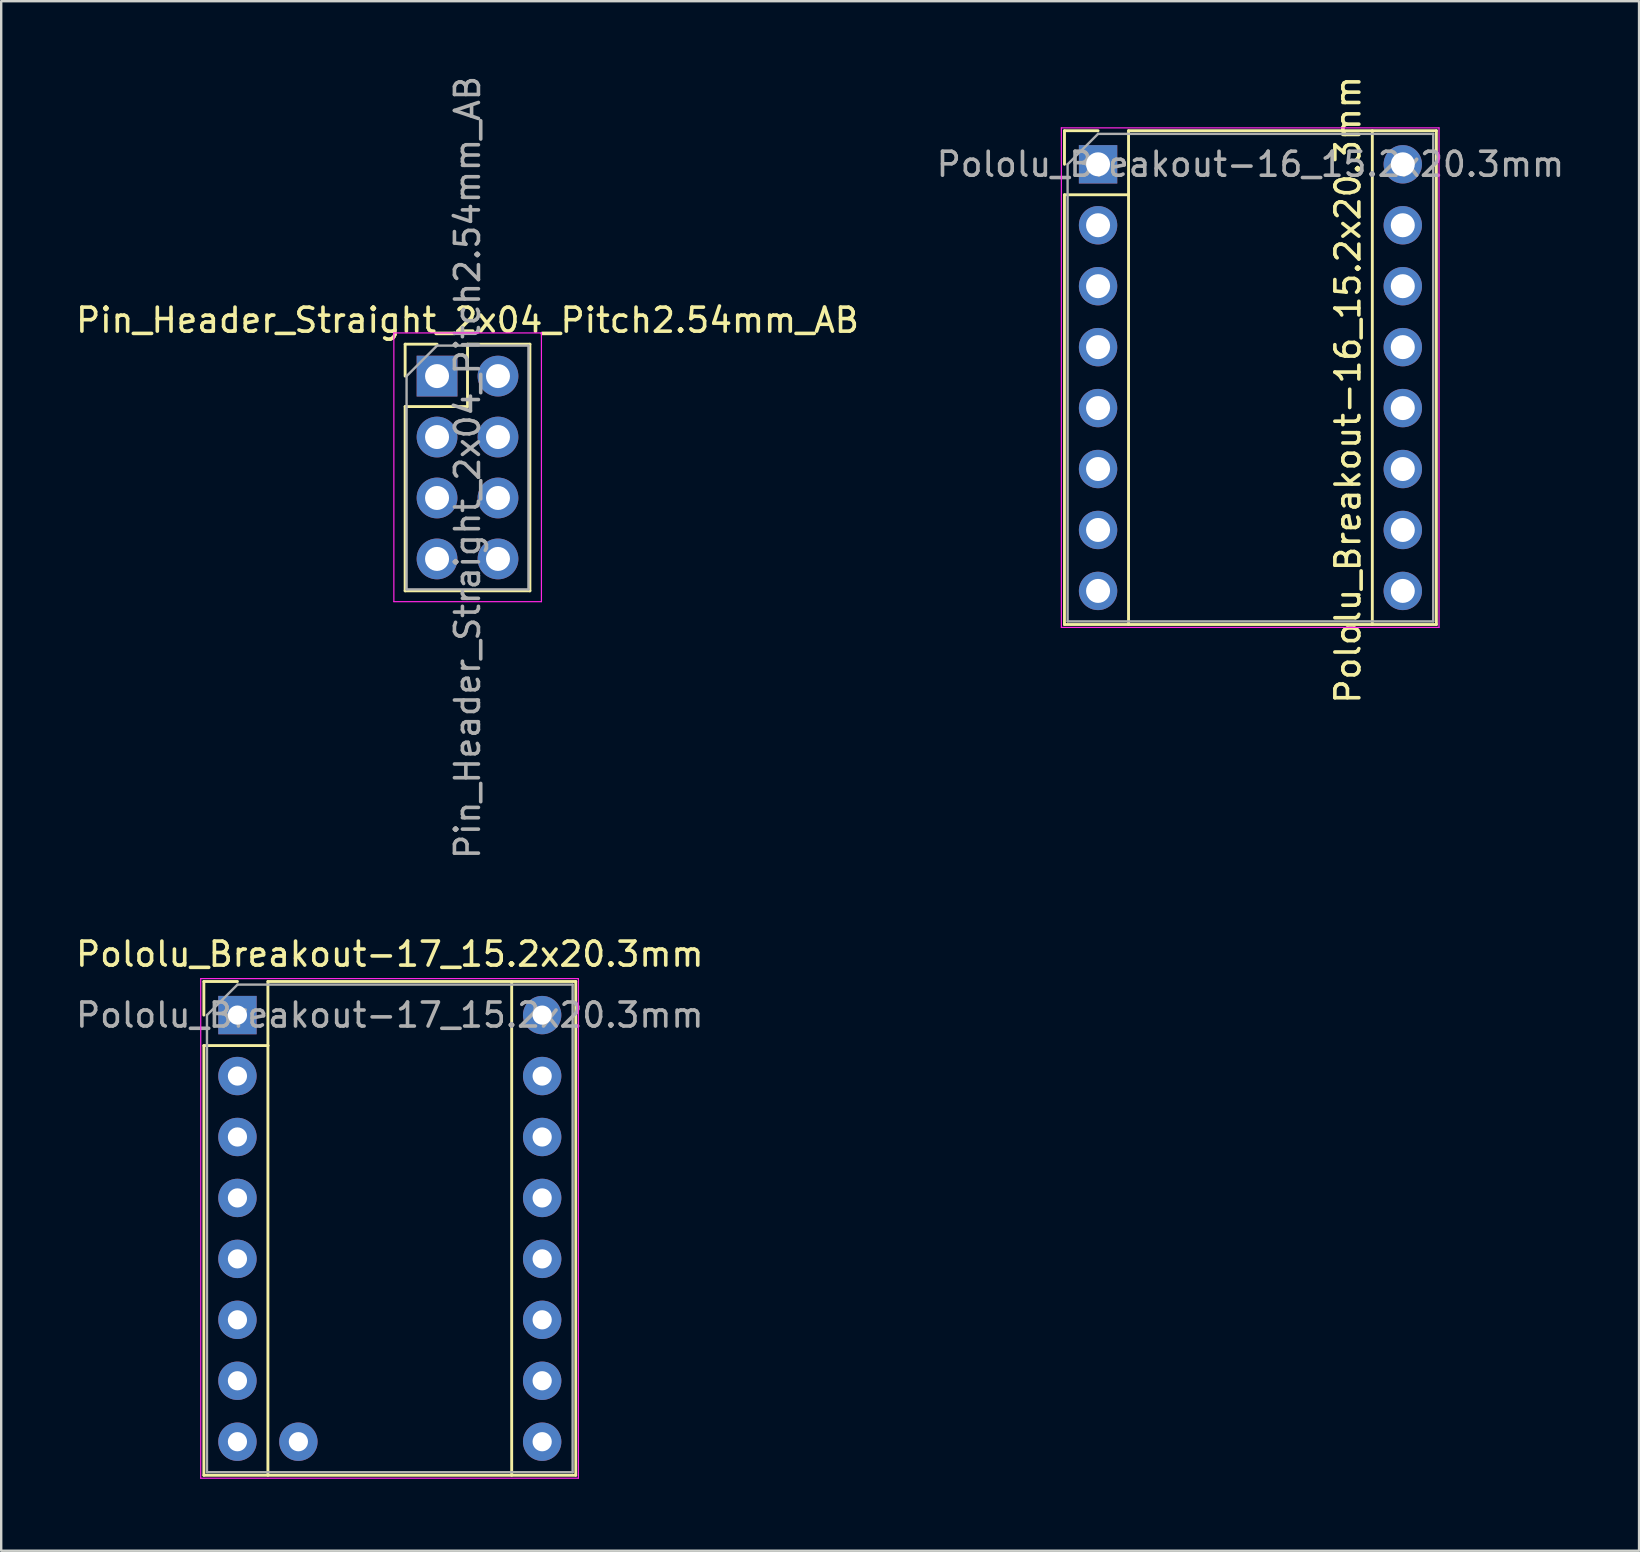
<source format=kicad_pcb>
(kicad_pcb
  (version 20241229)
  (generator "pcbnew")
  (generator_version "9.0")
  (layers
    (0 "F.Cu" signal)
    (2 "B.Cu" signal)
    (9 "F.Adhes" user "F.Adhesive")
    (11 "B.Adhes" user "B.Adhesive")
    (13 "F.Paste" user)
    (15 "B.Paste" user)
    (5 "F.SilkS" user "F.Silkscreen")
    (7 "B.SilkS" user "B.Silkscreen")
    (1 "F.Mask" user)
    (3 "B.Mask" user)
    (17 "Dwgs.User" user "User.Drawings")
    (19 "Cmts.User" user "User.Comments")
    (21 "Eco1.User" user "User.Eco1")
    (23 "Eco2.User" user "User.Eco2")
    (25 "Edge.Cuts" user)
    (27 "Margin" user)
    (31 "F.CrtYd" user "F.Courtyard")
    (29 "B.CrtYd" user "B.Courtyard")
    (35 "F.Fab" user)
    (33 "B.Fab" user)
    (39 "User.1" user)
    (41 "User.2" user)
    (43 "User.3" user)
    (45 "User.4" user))
  (footprint "Pololu_Breakout-16_15.2x20.3mm"
    (layer "F.Cu")
    (at 42.715 3.798)
    (property "Reference" "Pololu_Breakout-16_15.2x20.3mm" (at 10.414 9.398 90) (layer "F.SilkS") (effects (font (size 1 1) (thickness 0.15))))
    (attr through_hole)
    (fp_line (start -1.4 -1.4) (end -1.4 0) (stroke (width 0.12) (type solid)) (layer "F.SilkS"))
    (fp_line (start -1.4 1.27) (end -1.4 19.18) (stroke (width 0.12) (type solid)) (layer "F.SilkS"))
    (fp_line (start -1.4 19.18) (end 14.1 19.18) (stroke (width 0.12) (type solid)) (layer "F.SilkS"))
    (fp_line (start 0 -1.4) (end -1.4 -1.4) (stroke (width 0.12) (type solid)) (layer "F.SilkS"))
    (fp_line (start 1.27 -1.4) (end 1.27 1.27) (stroke (width 0.12) (type solid)) (layer "F.SilkS"))
    (fp_line (start 1.27 1.27) (end -1.4 1.27) (stroke (width 0.12) (type solid)) (layer "F.SilkS"))
    (fp_line (start 1.27 1.27) (end 1.27 19.18) (stroke (width 0.12) (type solid)) (layer "F.SilkS"))
    (fp_line (start 11.43 -1.4) (end 11.43 19.18) (stroke (width 0.12) (type solid)) (layer "F.SilkS"))
    (fp_line (start 14.1 -1.4) (end 1.27 -1.4) (stroke (width 0.12) (type solid)) (layer "F.SilkS"))
    (fp_line (start 14.1 19.18) (end 14.1 -1.4) (stroke (width 0.12) (type solid)) (layer "F.SilkS"))
    (fp_line (start -1.53 -1.52) (end -1.53 19.3) (stroke (width 0.05) (type solid)) (layer "F.CrtYd"))
    (fp_line (start -1.53 -1.52) (end 14.21 -1.52) (stroke (width 0.05) (type solid)) (layer "F.CrtYd"))
    (fp_line (start 14.21 19.3) (end -1.53 19.3) (stroke (width 0.05) (type solid)) (layer "F.CrtYd"))
    (fp_line (start 14.21 19.3) (end 14.21 -1.52) (stroke (width 0.05) (type solid)) (layer "F.CrtYd"))
    (fp_line (start -1.27 0) (end 0 -1.27) (stroke (width 0.1) (type solid)) (layer "F.Fab"))
    (fp_line (start -1.27 19.05) (end -1.27 0) (stroke (width 0.1) (type solid)) (layer "F.Fab"))
    (fp_line (start 0 -1.27) (end 13.97 -1.27) (stroke (width 0.1) (type solid)) (layer "F.Fab"))
    (fp_line (start 13.97 -1.27) (end 13.97 19.05) (stroke (width 0.1) (type solid)) (layer "F.Fab"))
    (fp_line (start 13.97 19.05) (end -1.27 19.05) (stroke (width 0.1) (type solid)) (layer "F.Fab"))
    (fp_text user "${REFERENCE}" (at 6.35 0 0) (layer "F.Fab") (effects (font (size 1 1) (thickness 0.15))))
    (pad "1" thru_hole rect (at 0 0) (size 1.6 1.6) (drill 1) (layers "*.Cu" "*.Mask"))
    (pad "2" thru_hole oval (at 0 2.54) (size 1.6 1.6) (drill 1) (layers "*.Cu" "*.Mask"))
    (pad "3" thru_hole oval (at 0 5.08) (size 1.6 1.6) (drill 1) (layers "*.Cu" "*.Mask"))
    (pad "4" thru_hole oval (at 0 7.62) (size 1.6 1.6) (drill 1) (layers "*.Cu" "*.Mask"))
    (pad "5" thru_hole oval (at 0 10.16) (size 1.6 1.6) (drill 1) (layers "*.Cu" "*.Mask"))
    (pad "6" thru_hole oval (at 0 12.7) (size 1.6 1.6) (drill 1) (layers "*.Cu" "*.Mask"))
    (pad "7" thru_hole oval (at 0 15.24) (size 1.6 1.6) (drill 1) (layers "*.Cu" "*.Mask"))
    (pad "8" thru_hole oval (at 0 17.78) (size 1.6 1.6) (drill 1) (layers "*.Cu" "*.Mask"))
    (pad "9" thru_hole oval (at 12.7 17.78) (size 1.6 1.6) (drill 1) (layers "*.Cu" "*.Mask"))
    (pad "10" thru_hole oval (at 12.7 15.24) (size 1.6 1.6) (drill 1) (layers "*.Cu" "*.Mask"))
    (pad "11" thru_hole oval (at 12.7 12.7) (size 1.6 1.6) (drill 1) (layers "*.Cu" "*.Mask"))
    (pad "12" thru_hole oval (at 12.7 10.16) (size 1.6 1.6) (drill 1) (layers "*.Cu" "*.Mask"))
    (pad "13" thru_hole oval (at 12.7 7.62) (size 1.6 1.6) (drill 1) (layers "*.Cu" "*.Mask"))
    (pad "14" thru_hole oval (at 12.7 5.08) (size 1.6 1.6) (drill 1) (layers "*.Cu" "*.Mask"))
    (pad "15" thru_hole oval (at 12.7 2.54) (size 1.6 1.6) (drill 1) (layers "*.Cu" "*.Mask"))
    (pad "16" thru_hole oval (at 12.7 0) (size 1.6 1.6) (drill 1) (layers "*.Cu" "*.Mask")))
  (footprint "Pololu_Breakout-17_15.2x20.3mm"
    (layer "F.Cu")
    (at 6.846 39.257)
    (property "Reference" "Pololu_Breakout-17_15.2x20.3mm" (at 6.35 -2.54 0) (layer "F.SilkS") (effects (font (size 1 1) (thickness 0.15))))
    (attr through_hole)
    (fp_line (start -1.4 -1.4) (end -1.4 0) (stroke (width 0.12) (type solid)) (layer "F.SilkS"))
    (fp_line (start -1.4 1.27) (end -1.4 19.18) (stroke (width 0.12) (type solid)) (layer "F.SilkS"))
    (fp_line (start -1.4 19.18) (end 14.1 19.18) (stroke (width 0.12) (type solid)) (layer "F.SilkS"))
    (fp_line (start 0 -1.4) (end -1.4 -1.4) (stroke (width 0.12) (type solid)) (layer "F.SilkS"))
    (fp_line (start 1.27 -1.4) (end 1.27 1.27) (stroke (width 0.12) (type solid)) (layer "F.SilkS"))
    (fp_line (start 1.27 1.27) (end -1.4 1.27) (stroke (width 0.12) (type solid)) (layer "F.SilkS"))
    (fp_line (start 1.27 1.27) (end 1.27 19.18) (stroke (width 0.12) (type solid)) (layer "F.SilkS"))
    (fp_line (start 11.43 -1.4) (end 11.43 19.18) (stroke (width 0.12) (type solid)) (layer "F.SilkS"))
    (fp_line (start 14.1 -1.4) (end 1.27 -1.4) (stroke (width 0.12) (type solid)) (layer "F.SilkS"))
    (fp_line (start 14.1 19.18) (end 14.1 -1.4) (stroke (width 0.12) (type solid)) (layer "F.SilkS"))
    (fp_line (start -1.53 -1.52) (end -1.53 19.3) (stroke (width 0.05) (type solid)) (layer "F.CrtYd"))
    (fp_line (start -1.53 -1.52) (end 14.21 -1.52) (stroke (width 0.05) (type solid)) (layer "F.CrtYd"))
    (fp_line (start 14.21 19.3) (end -1.53 19.3) (stroke (width 0.05) (type solid)) (layer "F.CrtYd"))
    (fp_line (start 14.21 19.3) (end 14.21 -1.52) (stroke (width 0.05) (type solid)) (layer "F.CrtYd"))
    (fp_line (start -1.27 0) (end 0 -1.27) (stroke (width 0.1) (type solid)) (layer "F.Fab"))
    (fp_line (start -1.27 19.05) (end -1.27 0) (stroke (width 0.1) (type solid)) (layer "F.Fab"))
    (fp_line (start 0 -1.27) (end 13.97 -1.27) (stroke (width 0.1) (type solid)) (layer "F.Fab"))
    (fp_line (start 13.97 -1.27) (end 13.97 19.05) (stroke (width 0.1) (type solid)) (layer "F.Fab"))
    (fp_line (start 13.97 19.05) (end -1.27 19.05) (stroke (width 0.1) (type solid)) (layer "F.Fab"))
    (fp_text user "${REFERENCE}" (at 6.35 0 0) (layer "F.Fab") (effects (font (size 1 1) (thickness 0.15))))
    (pad "1" thru_hole rect (at 0 0) (size 1.6 1.6) (drill 0.8) (layers "*.Cu" "*.Mask"))
    (pad "2" thru_hole oval (at 0 2.54) (size 1.6 1.6) (drill 0.8) (layers "*.Cu" "*.Mask"))
    (pad "3" thru_hole oval (at 0 5.08) (size 1.6 1.6) (drill 0.8) (layers "*.Cu" "*.Mask"))
    (pad "4" thru_hole oval (at 0 7.62) (size 1.6 1.6) (drill 0.8) (layers "*.Cu" "*.Mask"))
    (pad "5" thru_hole oval (at 0 10.16) (size 1.6 1.6) (drill 0.8) (layers "*.Cu" "*.Mask"))
    (pad "6" thru_hole oval (at 0 12.7) (size 1.6 1.6) (drill 0.8) (layers "*.Cu" "*.Mask"))
    (pad "7" thru_hole oval (at 0 15.24) (size 1.6 1.6) (drill 0.8) (layers "*.Cu" "*.Mask"))
    (pad "8" thru_hole oval (at 0 17.78) (size 1.6 1.6) (drill 0.8) (layers "*.Cu" "*.Mask"))
    (pad "9" thru_hole oval (at 12.7 17.78) (size 1.6 1.6) (drill 0.8) (layers "*.Cu" "*.Mask"))
    (pad "10" thru_hole oval (at 12.7 15.24) (size 1.6 1.6) (drill 0.8) (layers "*.Cu" "*.Mask"))
    (pad "11" thru_hole oval (at 12.7 12.7) (size 1.6 1.6) (drill 0.8) (layers "*.Cu" "*.Mask"))
    (pad "12" thru_hole oval (at 12.7 10.16) (size 1.6 1.6) (drill 0.8) (layers "*.Cu" "*.Mask"))
    (pad "13" thru_hole oval (at 12.7 7.62) (size 1.6 1.6) (drill 0.8) (layers "*.Cu" "*.Mask"))
    (pad "14" thru_hole oval (at 12.7 5.08) (size 1.6 1.6) (drill 0.8) (layers "*.Cu" "*.Mask"))
    (pad "15" thru_hole oval (at 12.7 2.54) (size 1.6 1.6) (drill 0.8) (layers "*.Cu" "*.Mask"))
    (pad "16" thru_hole oval (at 12.7 0) (size 1.6 1.6) (drill 0.8) (layers "*.Cu" "*.Mask"))
    (pad "17" thru_hole oval (at 2.54 17.78) (size 1.6 1.6) (drill 0.8) (layers "*.Cu" "*.Mask")))
  (footprint "Pin_Header_Straight_2x04_Pitch2.54mm_AB"
    (layer "F.Cu")
    (at 15.165 12.625)
    (property "Reference" "Pin_Header_Straight_2x04_Pitch2.54mm_AB" (at 1.27 -2.33 0) (layer "F.SilkS") (effects (font (size 1 1) (thickness 0.15))))
    (attr through_hole)
    (fp_line (start -1.33 -1.33) (end 0 -1.33) (stroke (width 0.12) (type solid)) (layer "F.SilkS"))
    (fp_line (start -1.33 0) (end -1.33 -1.33) (stroke (width 0.12) (type solid)) (layer "F.SilkS"))
    (fp_line (start -1.33 1.27) (end -1.33 8.95) (stroke (width 0.12) (type solid)) (layer "F.SilkS"))
    (fp_line (start -1.33 1.27) (end 1.27 1.27) (stroke (width 0.12) (type solid)) (layer "F.SilkS"))
    (fp_line (start -1.33 8.95) (end 3.87 8.95) (stroke (width 0.12) (type solid)) (layer "F.SilkS"))
    (fp_line (start 1.27 -1.33) (end 3.87 -1.33) (stroke (width 0.12) (type solid)) (layer "F.SilkS"))
    (fp_line (start 1.27 1.27) (end 1.27 -1.33) (stroke (width 0.12) (type solid)) (layer "F.SilkS"))
    (fp_line (start 3.87 -1.33) (end 3.87 8.95) (stroke (width 0.12) (type solid)) (layer "F.SilkS"))
    (fp_line (start -1.8 -1.8) (end -1.8 9.4) (stroke (width 0.05) (type solid)) (layer "F.CrtYd"))
    (fp_line (start -1.8 9.4) (end 4.35 9.4) (stroke (width 0.05) (type solid)) (layer "F.CrtYd"))
    (fp_line (start 4.35 -1.8) (end -1.8 -1.8) (stroke (width 0.05) (type solid)) (layer "F.CrtYd"))
    (fp_line (start 4.35 9.4) (end 4.35 -1.8) (stroke (width 0.05) (type solid)) (layer "F.CrtYd"))
    (fp_line (start -1.27 0) (end 0 -1.27) (stroke (width 0.1) (type solid)) (layer "F.Fab"))
    (fp_line (start -1.27 8.89) (end -1.27 0) (stroke (width 0.1) (type solid)) (layer "F.Fab"))
    (fp_line (start 0 -1.27) (end 3.81 -1.27) (stroke (width 0.1) (type solid)) (layer "F.Fab"))
    (fp_line (start 3.81 -1.27) (end 3.81 8.89) (stroke (width 0.1) (type solid)) (layer "F.Fab"))
    (fp_line (start 3.81 8.89) (end -1.27 8.89) (stroke (width 0.1) (type solid)) (layer "F.Fab"))
    (fp_text user "${REFERENCE}" (at 1.27 3.81 90) (layer "F.Fab") (effects (font (size 1 1) (thickness 0.15))))
    (pad "a1" thru_hole rect (at 0 0) (size 1.7 1.7) (drill 1) (layers "*.Cu" "*.Mask"))
    (pad "a2" thru_hole oval (at 0 2.54) (size 1.7 1.7) (drill 1) (layers "*.Cu" "*.Mask"))
    (pad "a3" thru_hole oval (at 0 5.08) (size 1.7 1.7) (drill 1) (layers "*.Cu" "*.Mask"))
    (pad "a4" thru_hole oval (at 0 7.62) (size 1.7 1.7) (drill 1) (layers "*.Cu" "*.Mask"))
    (pad "b1" thru_hole oval (at 2.54 0) (size 1.7 1.7) (drill 1) (layers "*.Cu" "*.Mask"))
    (pad "b2" thru_hole oval (at 2.54 2.54) (size 1.7 1.7) (drill 1) (layers "*.Cu" "*.Mask"))
    (pad "b3" thru_hole oval (at 2.54 5.08) (size 1.7 1.7) (drill 1) (layers "*.Cu" "*.Mask"))
    (pad "b4" thru_hole oval (at 2.54 7.62) (size 1.7 1.7) (drill 1) (layers "*.Cu" "*.Mask")))
  (gr_rect
    (start -3 -3)
    (end 65.262 61.582)
    (stroke (width 0.1) (type default))
    (fill no)
    (layer "Edge.Cuts")))
</source>
